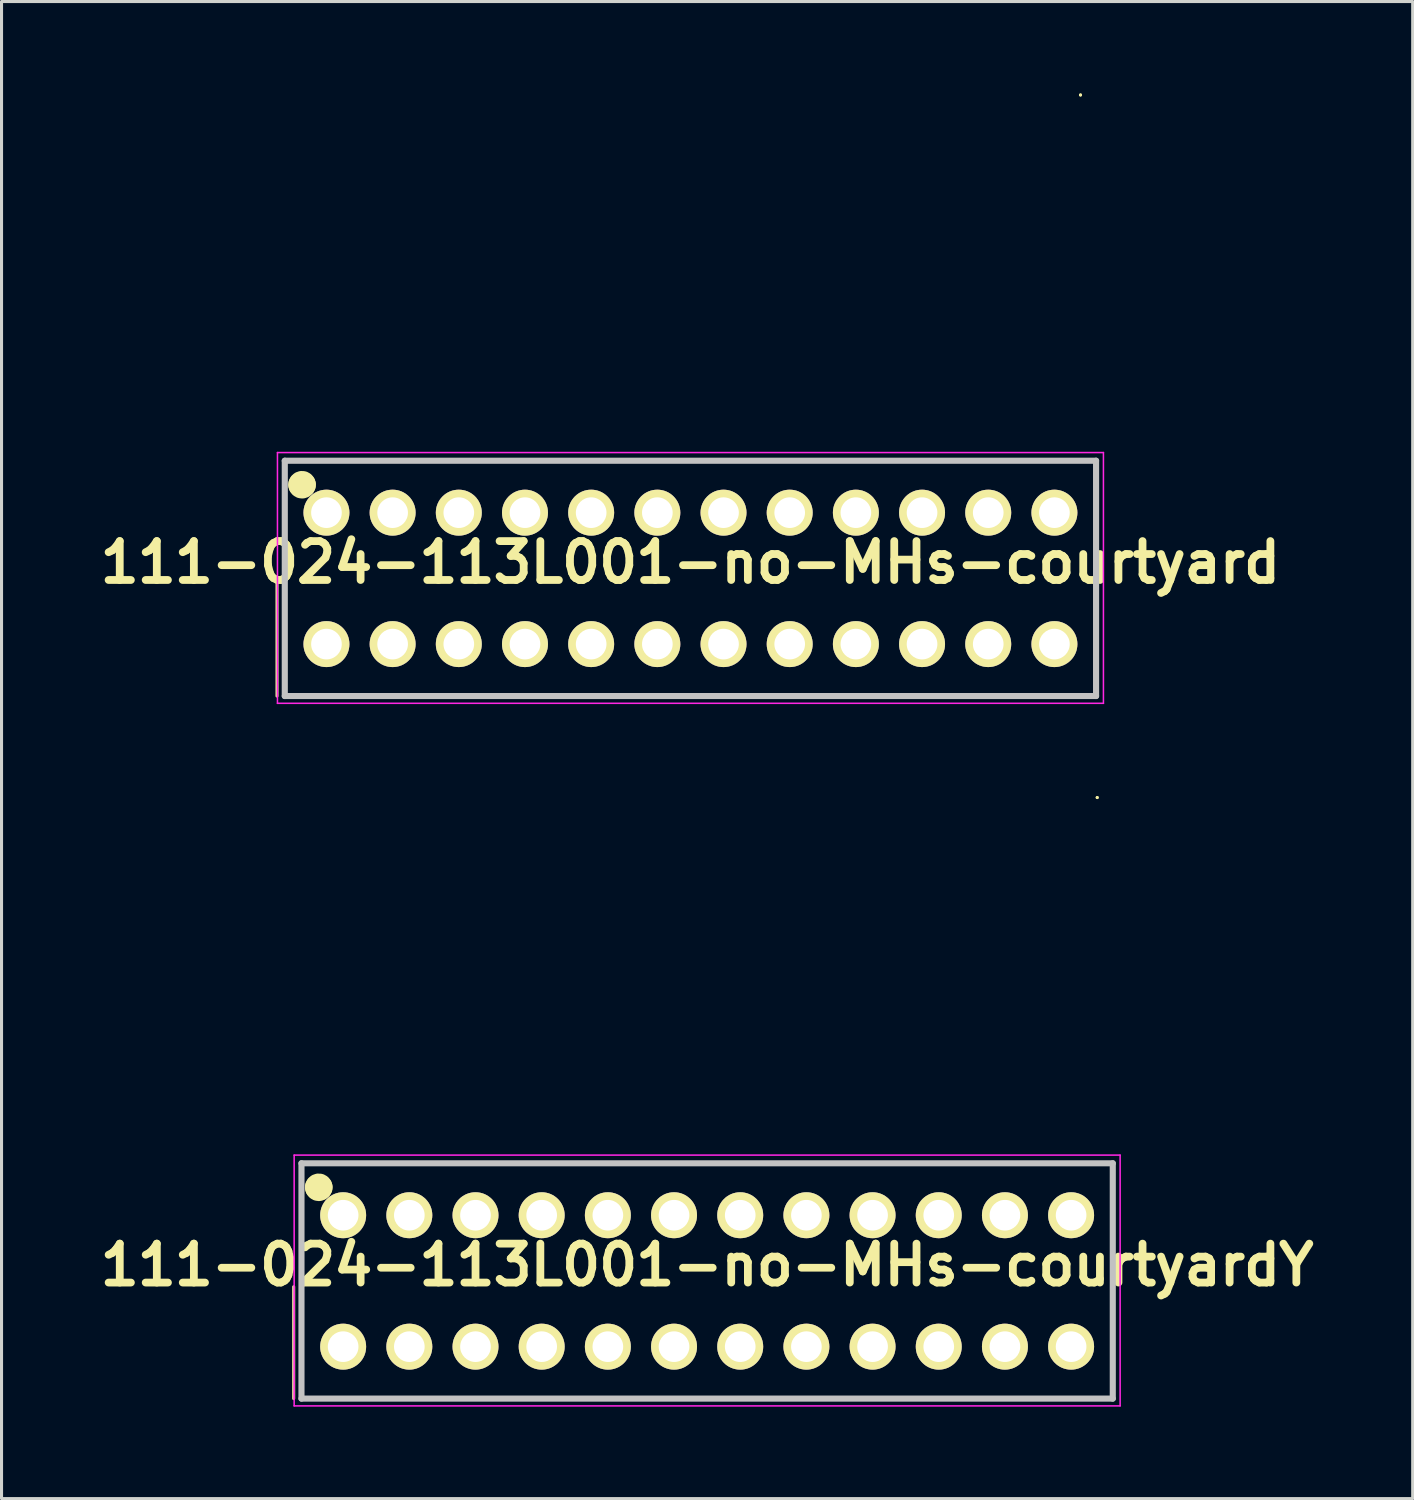
<source format=kicad_pcb>
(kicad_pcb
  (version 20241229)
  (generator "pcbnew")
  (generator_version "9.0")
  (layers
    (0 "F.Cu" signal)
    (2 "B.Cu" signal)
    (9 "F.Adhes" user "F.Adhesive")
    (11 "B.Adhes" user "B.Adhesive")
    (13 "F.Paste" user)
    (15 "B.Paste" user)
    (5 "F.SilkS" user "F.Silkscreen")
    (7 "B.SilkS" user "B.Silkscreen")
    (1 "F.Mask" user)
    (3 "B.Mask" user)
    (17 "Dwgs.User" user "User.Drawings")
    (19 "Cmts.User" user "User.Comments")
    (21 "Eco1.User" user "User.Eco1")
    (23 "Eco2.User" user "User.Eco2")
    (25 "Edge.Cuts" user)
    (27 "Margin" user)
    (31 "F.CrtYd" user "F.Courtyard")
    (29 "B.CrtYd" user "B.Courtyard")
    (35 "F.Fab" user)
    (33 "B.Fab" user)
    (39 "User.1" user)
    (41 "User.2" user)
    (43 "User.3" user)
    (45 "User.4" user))
  (footprint "111-024-113L001-no-MHs-courtyardY"
    (layer "F.Cu")
    (at 8.15 36.614)
    (property "Reference" "111-024-113L001-no-MHs-courtyardY" (at 11.88 1.623 0) (layer "F.SilkS") (effects (font (size 1.27 1.27) (thickness 0.254))))
    (attr through_hole)
    (fp_line (start -1.614 2.335) (end -1.614 5.985) (stroke (width 0.1) (type solid)) (layer "F.SilkS"))
    (fp_line (start -1.36 -1.695) (end 25.12 -1.695) (stroke (width 0.1) (type solid)) (layer "F.SilkS"))
    (fp_line (start -1.36 5.985) (end 25.12 5.985) (stroke (width 0.1) (type solid)) (layer "F.SilkS"))
    (fp_line (start 24.612 -13.633) (end 24.612 -13.633) (stroke (width 0.1) (type solid)) (layer "F.SilkS"))
    (fp_line (start 24.612 -13.633) (end 24.612 -13.633) (stroke (width 0.1) (type solid)) (layer "F.SilkS"))
    (fp_arc (start -0.846 -0.912) (mid -0.796 -0.962) (end -0.746 -0.912) (stroke (width 0.8) (type solid)) (layer "F.SilkS"))
    (fp_arc (start -0.746 -0.912) (mid -0.796 -0.862) (end -0.846 -0.912) (stroke (width 0.8) (type solid)) (layer "F.SilkS"))
    (fp_line (start -1.36 -1.695) (end 25.12 -1.695) (stroke (width 0.2) (type solid)) (layer "Dwgs.User"))
    (fp_line (start -1.36 5.985) (end -1.36 -1.695) (stroke (width 0.2) (type solid)) (layer "Dwgs.User"))
    (fp_line (start 25.12 -1.695) (end 25.12 5.985) (stroke (width 0.2) (type solid)) (layer "Dwgs.User"))
    (fp_line (start 25.12 5.985) (end -1.36 5.985) (stroke (width 0.2) (type solid)) (layer "Dwgs.User"))
    (fp_line (start -1.599 -1.962) (end 25.36 -1.962) (stroke (width 0.05) (type solid)) (layer "F.CrtYd"))
    (fp_line (start -1.599 6.223) (end -1.599 -1.962) (stroke (width 0.05) (type solid)) (layer "F.CrtYd"))
    (fp_line (start 25.36 -1.962) (end 25.36 6.223) (stroke (width 0.05) (type solid)) (layer "F.CrtYd"))
    (fp_line (start 25.36 6.223) (end -1.599 6.223) (stroke (width 0.05) (type solid)) (layer "F.CrtYd"))
    (pad "1" thru_hole circle (at 0 0 90) (size 1.5 1.5) (drill 1) (layers "*.Cu" "*.Mask" "F.SilkS"))
    (pad "2" thru_hole circle (at 2.16 0 90) (size 1.5 1.5) (drill 1) (layers "*.Cu" "*.Mask" "F.SilkS"))
    (pad "3" thru_hole circle (at 4.32 0 90) (size 1.5 1.5) (drill 1) (layers "*.Cu" "*.Mask" "F.SilkS"))
    (pad "4" thru_hole circle (at 6.48 0 90) (size 1.5 1.5) (drill 1) (layers "*.Cu" "*.Mask" "F.SilkS"))
    (pad "5" thru_hole circle (at 8.64 0 90) (size 1.5 1.5) (drill 1) (layers "*.Cu" "*.Mask" "F.SilkS"))
    (pad "6" thru_hole circle (at 10.8 0 90) (size 1.5 1.5) (drill 1) (layers "*.Cu" "*.Mask" "F.SilkS"))
    (pad "7" thru_hole circle (at 12.96 0 90) (size 1.5 1.5) (drill 1) (layers "*.Cu" "*.Mask" "F.SilkS"))
    (pad "8" thru_hole circle (at 15.12 0 90) (size 1.5 1.5) (drill 1) (layers "*.Cu" "*.Mask" "F.SilkS"))
    (pad "9" thru_hole circle (at 17.28 0 90) (size 1.5 1.5) (drill 1) (layers "*.Cu" "*.Mask" "F.SilkS"))
    (pad "10" thru_hole circle (at 19.44 0 90) (size 1.5 1.5) (drill 1) (layers "*.Cu" "*.Mask" "F.SilkS"))
    (pad "11" thru_hole circle (at 21.6 0 90) (size 1.5 1.5) (drill 1) (layers "*.Cu" "*.Mask" "F.SilkS"))
    (pad "12" thru_hole circle (at 23.76 0 90) (size 1.5 1.5) (drill 1) (layers "*.Cu" "*.Mask" "F.SilkS"))
    (pad "13" thru_hole circle (at 0 4.29 90) (size 1.5 1.5) (drill 1) (layers "*.Cu" "*.Mask" "F.SilkS"))
    (pad "14" thru_hole circle (at 2.16 4.29 90) (size 1.5 1.5) (drill 1) (layers "*.Cu" "*.Mask" "F.SilkS"))
    (pad "15" thru_hole circle (at 4.32 4.29 90) (size 1.5 1.5) (drill 1) (layers "*.Cu" "*.Mask" "F.SilkS"))
    (pad "16" thru_hole circle (at 6.48 4.29 90) (size 1.5 1.5) (drill 1) (layers "*.Cu" "*.Mask" "F.SilkS"))
    (pad "17" thru_hole circle (at 8.64 4.29 90) (size 1.5 1.5) (drill 1) (layers "*.Cu" "*.Mask" "F.SilkS"))
    (pad "18" thru_hole circle (at 10.8 4.29 90) (size 1.5 1.5) (drill 1) (layers "*.Cu" "*.Mask" "F.SilkS"))
    (pad "19" thru_hole circle (at 12.96 4.29 90) (size 1.5 1.5) (drill 1) (layers "*.Cu" "*.Mask" "F.SilkS"))
    (pad "20" thru_hole circle (at 15.12 4.29 90) (size 1.5 1.5) (drill 1) (layers "*.Cu" "*.Mask" "F.SilkS"))
    (pad "21" thru_hole circle (at 17.28 4.29 90) (size 1.5 1.5) (drill 1) (layers "*.Cu" "*.Mask" "F.SilkS"))
    (pad "22" thru_hole circle (at 19.44 4.29 90) (size 1.5 1.5) (drill 1) (layers "*.Cu" "*.Mask" "F.SilkS"))
    (pad "23" thru_hole circle (at 21.6 4.29 90) (size 1.5 1.5) (drill 1) (layers "*.Cu" "*.Mask" "F.SilkS"))
    (pad "24" thru_hole circle (at 23.76 4.29 90) (size 1.5 1.5) (drill 1) (layers "*.Cu" "*.Mask" "F.SilkS")))
  (footprint "111-024-113L001-no-MHs-courtyard"
    (layer "F.Cu")
    (at 7.605 13.683)
    (property "Reference" "111-024-113L001-no-MHs-courtyard" (at 11.88 1.623 0) (layer "F.SilkS") (effects (font (size 1.27 1.27) (thickness 0.254))))
    (attr through_hole)
    (fp_line (start -1.614 2.335) (end -1.614 5.985) (stroke (width 0.1) (type solid)) (layer "F.SilkS"))
    (fp_line (start -1.36 -1.695) (end 25.12 -1.695) (stroke (width 0.1) (type solid)) (layer "F.SilkS"))
    (fp_line (start -1.36 5.985) (end 25.12 5.985) (stroke (width 0.1) (type solid)) (layer "F.SilkS"))
    (fp_line (start 24.612 -13.633) (end 24.612 -13.633) (stroke (width 0.1) (type solid)) (layer "F.SilkS"))
    (fp_line (start 24.612 -13.633) (end 24.612 -13.633) (stroke (width 0.1) (type solid)) (layer "F.SilkS"))
    (fp_arc (start -0.846 -0.912) (mid -0.796 -0.962) (end -0.746 -0.912) (stroke (width 0.8) (type solid)) (layer "F.SilkS"))
    (fp_arc (start -0.746 -0.912) (mid -0.796 -0.862) (end -0.846 -0.912) (stroke (width 0.8) (type solid)) (layer "F.SilkS"))
    (fp_line (start -1.36 -1.695) (end 25.12 -1.695) (stroke (width 0.2) (type solid)) (layer "Dwgs.User"))
    (fp_line (start -1.36 5.985) (end -1.36 -1.695) (stroke (width 0.2) (type solid)) (layer "Dwgs.User"))
    (fp_line (start 25.12 -1.695) (end 25.12 5.985) (stroke (width 0.2) (type solid)) (layer "Dwgs.User"))
    (fp_line (start 25.12 5.985) (end -1.36 5.985) (stroke (width 0.2) (type solid)) (layer "Dwgs.User"))
    (fp_line (start -1.599 -1.962) (end 25.36 -1.962) (stroke (width 0.05) (type solid)) (layer "F.CrtYd"))
    (fp_line (start -1.599 6.223) (end -1.599 -1.962) (stroke (width 0.05) (type solid)) (layer "F.CrtYd"))
    (fp_line (start 25.36 -1.962) (end 25.36 6.223) (stroke (width 0.05) (type solid)) (layer "F.CrtYd"))
    (fp_line (start 25.36 6.223) (end -1.599 6.223) (stroke (width 0.05) (type solid)) (layer "F.CrtYd"))
    (pad "1" thru_hole circle (at 0 0 90) (size 1.5 1.5) (drill 1) (layers "*.Cu" "*.Mask" "F.SilkS"))
    (pad "2" thru_hole circle (at 2.16 0 90) (size 1.5 1.5) (drill 1) (layers "*.Cu" "*.Mask" "F.SilkS"))
    (pad "3" thru_hole circle (at 4.32 0 90) (size 1.5 1.5) (drill 1) (layers "*.Cu" "*.Mask" "F.SilkS"))
    (pad "4" thru_hole circle (at 6.48 0 90) (size 1.5 1.5) (drill 1) (layers "*.Cu" "*.Mask" "F.SilkS"))
    (pad "5" thru_hole circle (at 8.64 0 90) (size 1.5 1.5) (drill 1) (layers "*.Cu" "*.Mask" "F.SilkS"))
    (pad "6" thru_hole circle (at 10.8 0 90) (size 1.5 1.5) (drill 1) (layers "*.Cu" "*.Mask" "F.SilkS"))
    (pad "7" thru_hole circle (at 12.96 0 90) (size 1.5 1.5) (drill 1) (layers "*.Cu" "*.Mask" "F.SilkS"))
    (pad "8" thru_hole circle (at 15.12 0 90) (size 1.5 1.5) (drill 1) (layers "*.Cu" "*.Mask" "F.SilkS"))
    (pad "9" thru_hole circle (at 17.28 0 90) (size 1.5 1.5) (drill 1) (layers "*.Cu" "*.Mask" "F.SilkS"))
    (pad "10" thru_hole circle (at 19.44 0 90) (size 1.5 1.5) (drill 1) (layers "*.Cu" "*.Mask" "F.SilkS"))
    (pad "11" thru_hole circle (at 21.6 0 90) (size 1.5 1.5) (drill 1) (layers "*.Cu" "*.Mask" "F.SilkS"))
    (pad "12" thru_hole circle (at 23.76 0 90) (size 1.5 1.5) (drill 1) (layers "*.Cu" "*.Mask" "F.SilkS"))
    (pad "13" thru_hole circle (at 0 4.29 90) (size 1.5 1.5) (drill 1) (layers "*.Cu" "*.Mask" "F.SilkS"))
    (pad "14" thru_hole circle (at 2.16 4.29 90) (size 1.5 1.5) (drill 1) (layers "*.Cu" "*.Mask" "F.SilkS"))
    (pad "15" thru_hole circle (at 4.32 4.29 90) (size 1.5 1.5) (drill 1) (layers "*.Cu" "*.Mask" "F.SilkS"))
    (pad "16" thru_hole circle (at 6.48 4.29 90) (size 1.5 1.5) (drill 1) (layers "*.Cu" "*.Mask" "F.SilkS"))
    (pad "17" thru_hole circle (at 8.64 4.29 90) (size 1.5 1.5) (drill 1) (layers "*.Cu" "*.Mask" "F.SilkS"))
    (pad "18" thru_hole circle (at 10.8 4.29 90) (size 1.5 1.5) (drill 1) (layers "*.Cu" "*.Mask" "F.SilkS"))
    (pad "19" thru_hole circle (at 12.96 4.29 90) (size 1.5 1.5) (drill 1) (layers "*.Cu" "*.Mask" "F.SilkS"))
    (pad "20" thru_hole circle (at 15.12 4.29 90) (size 1.5 1.5) (drill 1) (layers "*.Cu" "*.Mask" "F.SilkS"))
    (pad "21" thru_hole circle (at 17.28 4.29 90) (size 1.5 1.5) (drill 1) (layers "*.Cu" "*.Mask" "F.SilkS"))
    (pad "22" thru_hole circle (at 19.44 4.29 90) (size 1.5 1.5) (drill 1) (layers "*.Cu" "*.Mask" "F.SilkS"))
    (pad "23" thru_hole circle (at 21.6 4.29 90) (size 1.5 1.5) (drill 1) (layers "*.Cu" "*.Mask" "F.SilkS"))
    (pad "24" thru_hole circle (at 23.76 4.29 90) (size 1.5 1.5) (drill 1) (layers "*.Cu" "*.Mask" "F.SilkS")))
  (gr_rect
    (start -3 -3)
    (end 43.059 45.862)
    (stroke (width 0.1) (type default))
    (fill no)
    (layer "Edge.Cuts")))
</source>
